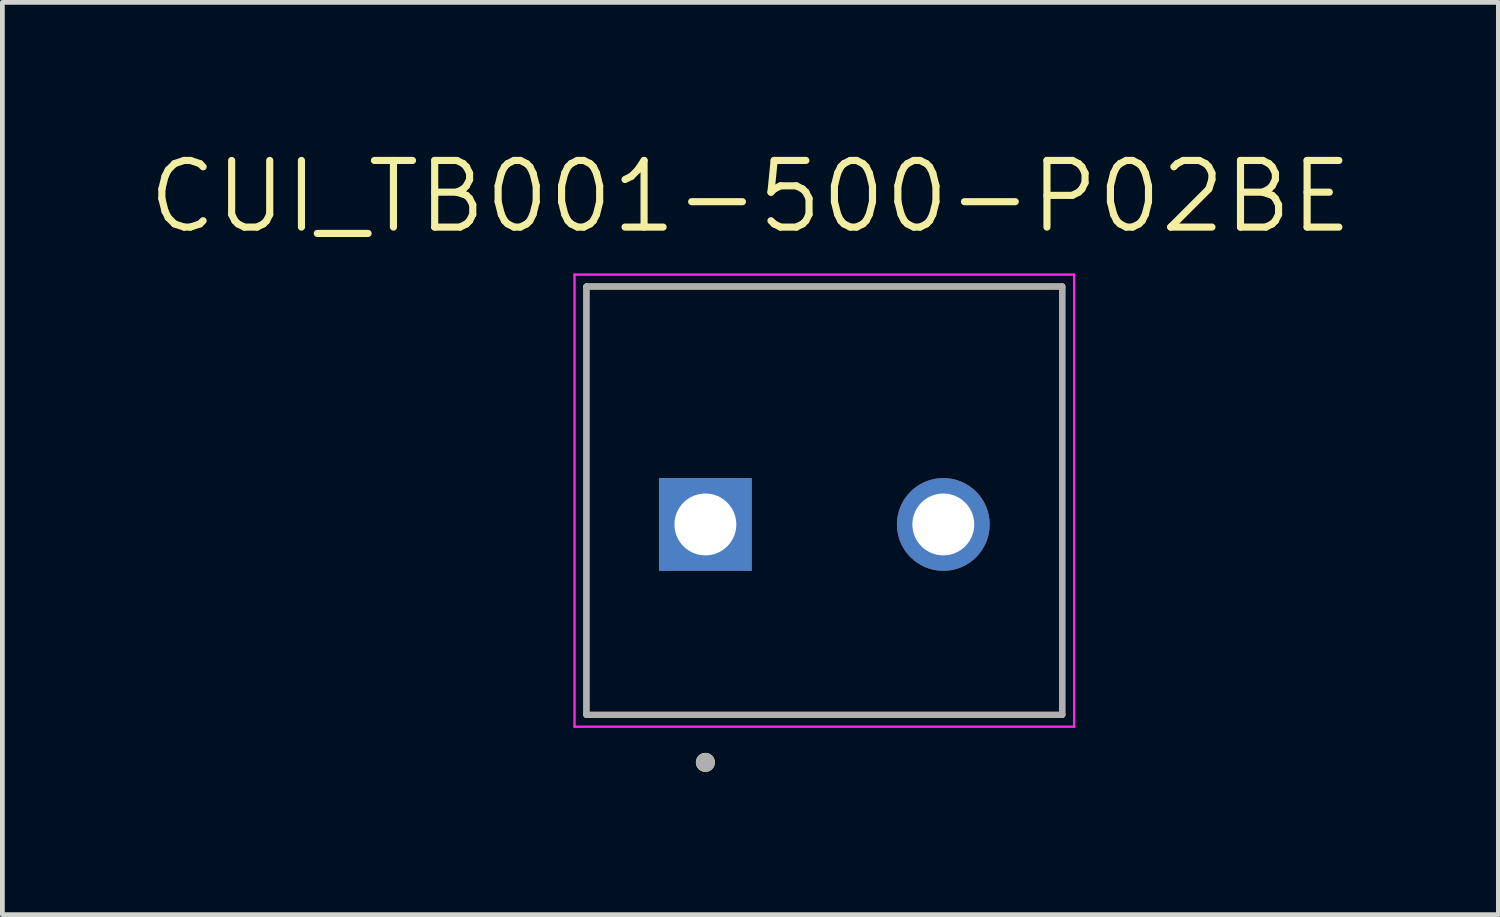
<source format=kicad_pcb>
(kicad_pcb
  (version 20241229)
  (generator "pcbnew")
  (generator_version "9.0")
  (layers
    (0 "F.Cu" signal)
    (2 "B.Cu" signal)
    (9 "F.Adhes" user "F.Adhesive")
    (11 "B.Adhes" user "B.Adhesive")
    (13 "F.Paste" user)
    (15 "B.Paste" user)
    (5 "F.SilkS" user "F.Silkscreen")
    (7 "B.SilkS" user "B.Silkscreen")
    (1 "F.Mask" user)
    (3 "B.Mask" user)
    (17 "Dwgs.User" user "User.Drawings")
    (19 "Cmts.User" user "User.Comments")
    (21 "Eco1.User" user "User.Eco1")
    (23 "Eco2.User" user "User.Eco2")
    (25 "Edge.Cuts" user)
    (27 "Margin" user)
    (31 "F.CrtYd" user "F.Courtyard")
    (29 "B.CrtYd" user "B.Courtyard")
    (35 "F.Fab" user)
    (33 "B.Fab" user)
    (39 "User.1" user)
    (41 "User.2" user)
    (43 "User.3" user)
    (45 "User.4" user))
  (footprint "CUI_TB001-500-P02BE"
    (layer "F.Cu")
    (at 11.773 7.971)
    (property "Reference" "CUI_TB001-500-P02BE" (at 0.945 -6.889 0) (layer "F.SilkS") (effects (font (size 1.4 1.4) (thickness 0.15))))
    (attr through_hole)
    (fp_line (start -2.5 -5) (end 7.5 -5) (stroke (width 0.127) (type solid)) (layer "F.SilkS"))
    (fp_line (start -2.5 4) (end -2.5 -5) (stroke (width 0.127) (type solid)) (layer "F.SilkS"))
    (fp_line (start 7.5 -5) (end 7.5 4) (stroke (width 0.127) (type solid)) (layer "F.SilkS"))
    (fp_line (start 7.5 4) (end -2.5 4) (stroke (width 0.127) (type solid)) (layer "F.SilkS"))
    (fp_circle (center 0 5) (end 0.1 5) (stroke (width 0.2) (type solid)) (fill no) (layer "F.SilkS"))
    (fp_line (start -2.75 -5.25) (end 7.75 -5.25) (stroke (width 0.05) (type solid)) (layer "F.CrtYd"))
    (fp_line (start -2.75 4.25) (end -2.75 -5.25) (stroke (width 0.05) (type solid)) (layer "F.CrtYd"))
    (fp_line (start 7.75 -5.25) (end 7.75 4.25) (stroke (width 0.05) (type solid)) (layer "F.CrtYd"))
    (fp_line (start 7.75 4.25) (end -2.75 4.25) (stroke (width 0.05) (type solid)) (layer "F.CrtYd"))
    (fp_line (start -2.5 -5) (end 7.5 -5) (stroke (width 0.127) (type solid)) (layer "F.Fab"))
    (fp_line (start -2.5 4) (end -2.5 -5) (stroke (width 0.127) (type solid)) (layer "F.Fab"))
    (fp_line (start 7.5 -5) (end 7.5 4) (stroke (width 0.127) (type solid)) (layer "F.Fab"))
    (fp_line (start 7.5 4) (end -2.5 4) (stroke (width 0.127) (type solid)) (layer "F.Fab"))
    (fp_circle (center 0 5) (end 0.1 5) (stroke (width 0.2) (type solid)) (fill no) (layer "F.Fab"))
    (pad "1" thru_hole rect (at 0 0) (size 1.95 1.95) (drill 1.3) (layers "*.Cu" "*.Mask"))
    (pad "2" thru_hole circle (at 5 0) (size 1.95 1.95) (drill 1.3) (layers "*.Cu" "*.Mask")))
  (gr_rect
    (start -3 -3)
    (end 28.437 16.171)
    (stroke (width 0.1) (type default))
    (fill no)
    (layer "Edge.Cuts")))
</source>
